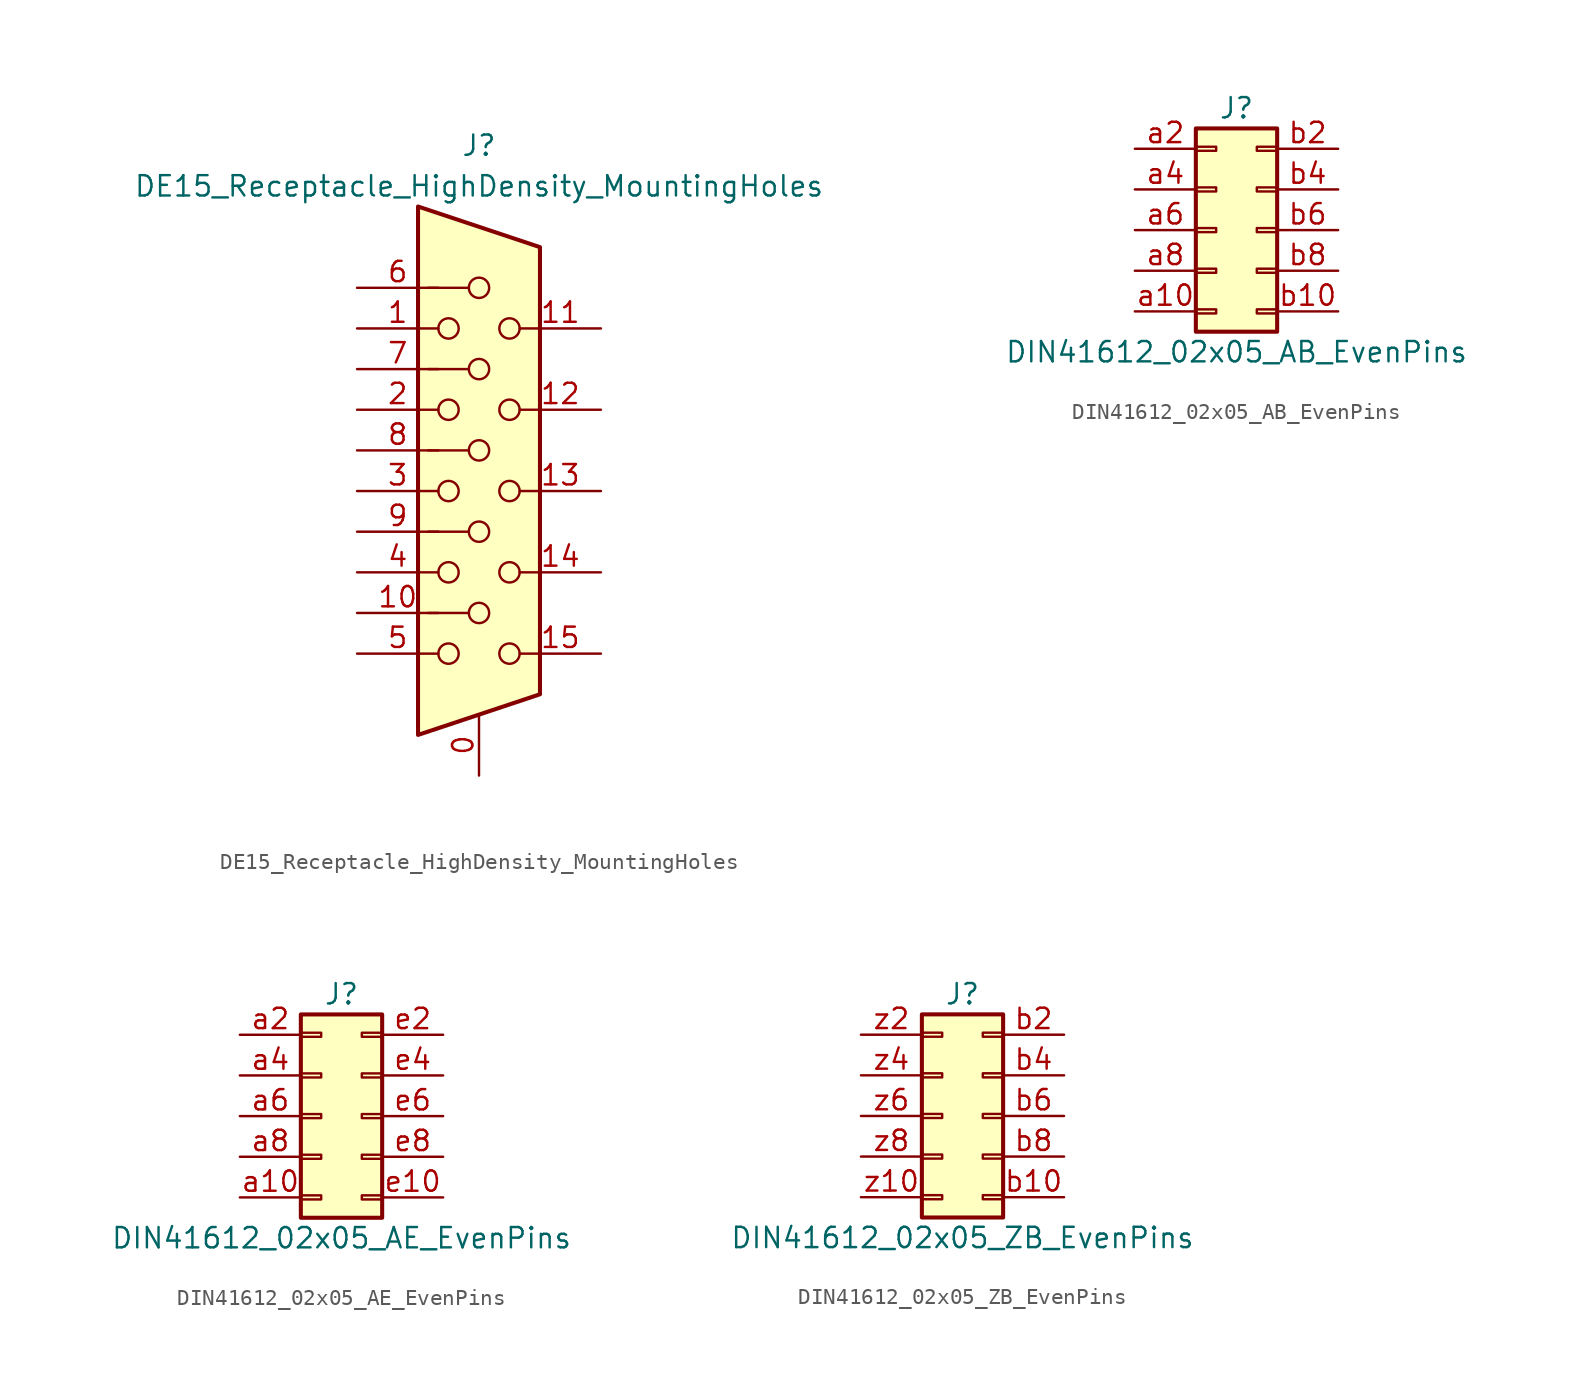
<source format=kicad_sym>
(kicad_symbol_lib
  (version 20220914)
  (generator kicad_symbol_editor)
  (symbol "DE15_Receptacle_HighDensity_MountingHoles"
    (pin_names
      (offset 1.016) hide)
    (property "Reference" "J"
      (at 0 21.59 0)
      (effects (font (size 1.27 1.27))))
    (property "Value" "DE15_Receptacle_HighDensity_MountingHoles"
      (at 0 19.05 0)
      (effects (font (size 1.27 1.27))))
    (symbol "DE15_Receptacle_HighDensity_MountingHoles_0_1"
      (circle (center -1.905 -10.16) (radius 0.635) (stroke (width 0) (type default)) (fill (type none)))
      (circle (center -1.905 -5.08) (radius 0.635) (stroke (width 0) (type default)) (fill (type none)))
      (circle (center -1.905 0) (radius 0.635) (stroke (width 0) (type default)) (fill (type none)))
      (circle (center -1.905 5.08) (radius 0.635) (stroke (width 0) (type default)) (fill (type none)))
      (circle (center -1.905 10.16) (radius 0.635) (stroke (width 0) (type default)) (fill (type none)))
      (circle (center 0 -7.62) (radius 0.635) (stroke (width 0) (type default)) (fill (type none)))
      (circle (center 0 -2.54) (radius 0.635) (stroke (width 0) (type default)) (fill (type none)))
      (polyline (pts (xy -3.175 7.62) (xy -0.635 7.62)) (stroke (width 0) (type default)) (fill (type none)))
      (polyline (pts (xy -0.635 -7.62) (xy -3.175 -7.62)) (stroke (width 0) (type default)) (fill (type none)))
      (polyline (pts (xy -0.635 -2.54) (xy -3.175 -2.54)) (stroke (width 0) (type default)) (fill (type none)))
      (polyline (pts (xy -0.635 2.54) (xy -3.175 2.54)) (stroke (width 0) (type default)) (fill (type none)))
      (polyline (pts (xy -0.635 12.7) (xy -3.175 12.7)) (stroke (width 0) (type default)) (fill (type none)))
      (polyline (pts (xy -3.81 17.78) (xy -3.81 -15.24) (xy 3.81 -12.7) (xy 3.81 15.24) (xy -3.81 17.78)) (stroke (width 0.254) (type default)) (fill (type background)))
      (circle (center 0 2.54) (radius 0.635) (stroke (width 0) (type default)) (fill (type none)))
      (circle (center 0 7.62) (radius 0.635) (stroke (width 0) (type default)) (fill (type none)))
      (circle (center 0 12.7) (radius 0.635) (stroke (width 0) (type default)) (fill (type none)))
      (circle (center 1.905 -10.16) (radius 0.635) (stroke (width 0) (type default)) (fill (type none)))
      (circle (center 1.905 -5.08) (radius 0.635) (stroke (width 0) (type default)) (fill (type none)))
      (circle (center 1.905 0) (radius 0.635) (stroke (width 0) (type default)) (fill (type none)))
      (circle (center 1.905 5.08) (radius 0.635) (stroke (width 0) (type default)) (fill (type none)))
      (circle (center 1.905 10.16) (radius 0.635) (stroke (width 0) (type default)) (fill (type none))))
    (symbol "DE15_Receptacle_HighDensity_MountingHoles_1_1"
      (pin passive line (at 0 -17.78 90) (length 3.81) (name "~" (effects (font (size 1.27 1.27)))) (number "0" (effects (font (size 1.27 1.27)))))
      (pin passive line (at -7.62 10.16 0) (length 5.08) (name "~" (effects (font (size 1.27 1.27)))) (number "1" (effects (font (size 1.27 1.27)))))
      (pin passive line (at -7.62 -7.62 0) (length 5.08) (name "~" (effects (font (size 1.27 1.27)))) (number "10" (effects (font (size 1.27 1.27)))))
      (pin passive line (at 7.62 10.16 180) (length 5.08) (name "~" (effects (font (size 1.27 1.27)))) (number "11" (effects (font (size 1.27 1.27)))))
      (pin passive line (at 7.62 5.08 180) (length 5.08) (name "~" (effects (font (size 1.27 1.27)))) (number "12" (effects (font (size 1.27 1.27)))))
      (pin passive line (at 7.62 0 180) (length 5.08) (name "~" (effects (font (size 1.27 1.27)))) (number "13" (effects (font (size 1.27 1.27)))))
      (pin passive line (at 7.62 -5.08 180) (length 5.08) (name "~" (effects (font (size 1.27 1.27)))) (number "14" (effects (font (size 1.27 1.27)))))
      (pin passive line (at 7.62 -10.16 180) (length 5.08) (name "~" (effects (font (size 1.27 1.27)))) (number "15" (effects (font (size 1.27 1.27)))))
      (pin passive line (at -7.62 5.08 0) (length 5.08) (name "~" (effects (font (size 1.27 1.27)))) (number "2" (effects (font (size 1.27 1.27)))))
      (pin passive line (at -7.62 0 0) (length 5.08) (name "~" (effects (font (size 1.27 1.27)))) (number "3" (effects (font (size 1.27 1.27)))))
      (pin passive line (at -7.62 -5.08 0) (length 5.08) (name "~" (effects (font (size 1.27 1.27)))) (number "4" (effects (font (size 1.27 1.27)))))
      (pin passive line (at -7.62 -10.16 0) (length 5.08) (name "~" (effects (font (size 1.27 1.27)))) (number "5" (effects (font (size 1.27 1.27)))))
      (pin passive line (at -7.62 12.7 0) (length 5.08) (name "~" (effects (font (size 1.27 1.27)))) (number "6" (effects (font (size 1.27 1.27)))))
      (pin passive line (at -7.62 7.62 0) (length 5.08) (name "~" (effects (font (size 1.27 1.27)))) (number "7" (effects (font (size 1.27 1.27)))))
      (pin passive line (at -7.62 2.54 0) (length 5.08) (name "~" (effects (font (size 1.27 1.27)))) (number "8" (effects (font (size 1.27 1.27)))))
      (pin passive line (at -7.62 -2.54 0) (length 5.08) (name "~" (effects (font (size 1.27 1.27)))) (number "9" (effects (font (size 1.27 1.27)))))))
  (symbol "DIN41612_02x05_AB_EvenPins"
    (pin_names
      (offset 1.016) hide)
    (property "Reference" "J"
      (at 1.27 7.62 0)
      (effects (font (size 1.27 1.27))))
    (property "Value" "DIN41612_02x05_AB_EvenPins"
      (at 1.27 -7.62 0)
      (effects (font (size 1.27 1.27))))
    (symbol "DIN41612_02x05_AB_EvenPins_1_1"
      (rectangle (start -1.27 -4.953) (end 0 -5.207) (stroke (width 0.152) (type default)) (fill (type none)))
      (rectangle (start -1.27 -2.413) (end 0 -2.667) (stroke (width 0.152) (type default)) (fill (type none)))
      (rectangle (start -1.27 0.127) (end 0 -0.127) (stroke (width 0.152) (type default)) (fill (type none)))
      (rectangle (start -1.27 2.667) (end 0 2.413) (stroke (width 0.152) (type default)) (fill (type none)))
      (rectangle (start -1.27 5.207) (end 0 4.953) (stroke (width 0.152) (type default)) (fill (type none)))
      (rectangle (start -1.27 6.35) (end 3.81 -6.35) (stroke (width 0.254) (type default)) (fill (type background)))
      (rectangle (start 3.81 -4.953) (end 2.54 -5.207) (stroke (width 0.152) (type default)) (fill (type none)))
      (rectangle (start 3.81 -2.413) (end 2.54 -2.667) (stroke (width 0.152) (type default)) (fill (type none)))
      (rectangle (start 3.81 0.127) (end 2.54 -0.127) (stroke (width 0.152) (type default)) (fill (type none)))
      (rectangle (start 3.81 2.667) (end 2.54 2.413) (stroke (width 0.152) (type default)) (fill (type none)))
      (rectangle (start 3.81 5.207) (end 2.54 4.953) (stroke (width 0.152) (type default)) (fill (type none)))
      (pin passive line (at -5.08 -5.08 0) (length 3.81) (name "Pin_a10" (effects (font (size 1.27 1.27)))) (number "a10" (effects (font (size 1.27 1.27)))))
      (pin passive line (at -5.08 5.08 0) (length 3.81) (name "Pin_a2" (effects (font (size 1.27 1.27)))) (number "a2" (effects (font (size 1.27 1.27)))))
      (pin passive line (at -5.08 2.54 0) (length 3.81) (name "Pin_a4" (effects (font (size 1.27 1.27)))) (number "a4" (effects (font (size 1.27 1.27)))))
      (pin passive line (at -5.08 0 0) (length 3.81) (name "Pin_a6" (effects (font (size 1.27 1.27)))) (number "a6" (effects (font (size 1.27 1.27)))))
      (pin passive line (at -5.08 -2.54 0) (length 3.81) (name "Pin_a8" (effects (font (size 1.27 1.27)))) (number "a8" (effects (font (size 1.27 1.27)))))
      (pin passive line (at 7.62 -5.08 180) (length 3.81) (name "Pin_b10" (effects (font (size 1.27 1.27)))) (number "b10" (effects (font (size 1.27 1.27)))))
      (pin passive line (at 7.62 5.08 180) (length 3.81) (name "Pin_b2" (effects (font (size 1.27 1.27)))) (number "b2" (effects (font (size 1.27 1.27)))))
      (pin passive line (at 7.62 2.54 180) (length 3.81) (name "Pin_b4" (effects (font (size 1.27 1.27)))) (number "b4" (effects (font (size 1.27 1.27)))))
      (pin passive line (at 7.62 0 180) (length 3.81) (name "Pin_b6" (effects (font (size 1.27 1.27)))) (number "b6" (effects (font (size 1.27 1.27)))))
      (pin passive line (at 7.62 -2.54 180) (length 3.81) (name "Pin_b8" (effects (font (size 1.27 1.27)))) (number "b8" (effects (font (size 1.27 1.27)))))))
  (symbol "DIN41612_02x05_AE_EvenPins"
    (pin_names
      (offset 1.016) hide)
    (property "Reference" "J"
      (at 1.27 7.62 0)
      (effects (font (size 1.27 1.27))))
    (property "Value" "DIN41612_02x05_AE_EvenPins"
      (at 1.27 -7.62 0)
      (effects (font (size 1.27 1.27))))
    (symbol "DIN41612_02x05_AE_EvenPins_1_1"
      (rectangle (start -1.27 -4.953) (end 0 -5.207) (stroke (width 0.152) (type default)) (fill (type none)))
      (rectangle (start -1.27 -2.413) (end 0 -2.667) (stroke (width 0.152) (type default)) (fill (type none)))
      (rectangle (start -1.27 0.127) (end 0 -0.127) (stroke (width 0.152) (type default)) (fill (type none)))
      (rectangle (start -1.27 2.667) (end 0 2.413) (stroke (width 0.152) (type default)) (fill (type none)))
      (rectangle (start -1.27 5.207) (end 0 4.953) (stroke (width 0.152) (type default)) (fill (type none)))
      (rectangle (start -1.27 6.35) (end 3.81 -6.35) (stroke (width 0.254) (type default)) (fill (type background)))
      (rectangle (start 3.81 -4.953) (end 2.54 -5.207) (stroke (width 0.152) (type default)) (fill (type none)))
      (rectangle (start 3.81 -2.413) (end 2.54 -2.667) (stroke (width 0.152) (type default)) (fill (type none)))
      (rectangle (start 3.81 0.127) (end 2.54 -0.127) (stroke (width 0.152) (type default)) (fill (type none)))
      (rectangle (start 3.81 2.667) (end 2.54 2.413) (stroke (width 0.152) (type default)) (fill (type none)))
      (rectangle (start 3.81 5.207) (end 2.54 4.953) (stroke (width 0.152) (type default)) (fill (type none)))
      (pin passive line (at -5.08 -5.08 0) (length 3.81) (name "Pin_a10" (effects (font (size 1.27 1.27)))) (number "a10" (effects (font (size 1.27 1.27)))))
      (pin passive line (at -5.08 5.08 0) (length 3.81) (name "Pin_a2" (effects (font (size 1.27 1.27)))) (number "a2" (effects (font (size 1.27 1.27)))))
      (pin passive line (at -5.08 2.54 0) (length 3.81) (name "Pin_a4" (effects (font (size 1.27 1.27)))) (number "a4" (effects (font (size 1.27 1.27)))))
      (pin passive line (at -5.08 0 0) (length 3.81) (name "Pin_a6" (effects (font (size 1.27 1.27)))) (number "a6" (effects (font (size 1.27 1.27)))))
      (pin passive line (at -5.08 -2.54 0) (length 3.81) (name "Pin_a8" (effects (font (size 1.27 1.27)))) (number "a8" (effects (font (size 1.27 1.27)))))
      (pin passive line (at 7.62 -5.08 180) (length 3.81) (name "Pin_e10" (effects (font (size 1.27 1.27)))) (number "e10" (effects (font (size 1.27 1.27)))))
      (pin passive line (at 7.62 5.08 180) (length 3.81) (name "Pin_e2" (effects (font (size 1.27 1.27)))) (number "e2" (effects (font (size 1.27 1.27)))))
      (pin passive line (at 7.62 2.54 180) (length 3.81) (name "Pin_e4" (effects (font (size 1.27 1.27)))) (number "e4" (effects (font (size 1.27 1.27)))))
      (pin passive line (at 7.62 0 180) (length 3.81) (name "Pin_e6" (effects (font (size 1.27 1.27)))) (number "e6" (effects (font (size 1.27 1.27)))))
      (pin passive line (at 7.62 -2.54 180) (length 3.81) (name "Pin_e8" (effects (font (size 1.27 1.27)))) (number "e8" (effects (font (size 1.27 1.27)))))))
  (symbol "DIN41612_02x05_ZB_EvenPins"
    (pin_names
      (offset 1.016) hide)
    (property "Reference" "J"
      (at 1.27 7.62 0)
      (effects (font (size 1.27 1.27))))
    (property "Value" "DIN41612_02x05_ZB_EvenPins"
      (at 1.27 -7.62 0)
      (effects (font (size 1.27 1.27))))
    (symbol "DIN41612_02x05_ZB_EvenPins_1_1"
      (rectangle (start -1.27 -4.953) (end 0 -5.207) (stroke (width 0.152) (type default)) (fill (type none)))
      (rectangle (start -1.27 -2.413) (end 0 -2.667) (stroke (width 0.152) (type default)) (fill (type none)))
      (rectangle (start -1.27 0.127) (end 0 -0.127) (stroke (width 0.152) (type default)) (fill (type none)))
      (rectangle (start -1.27 2.667) (end 0 2.413) (stroke (width 0.152) (type default)) (fill (type none)))
      (rectangle (start -1.27 5.207) (end 0 4.953) (stroke (width 0.152) (type default)) (fill (type none)))
      (rectangle (start -1.27 6.35) (end 3.81 -6.35) (stroke (width 0.254) (type default)) (fill (type background)))
      (rectangle (start 3.81 -4.953) (end 2.54 -5.207) (stroke (width 0.152) (type default)) (fill (type none)))
      (rectangle (start 3.81 -2.413) (end 2.54 -2.667) (stroke (width 0.152) (type default)) (fill (type none)))
      (rectangle (start 3.81 0.127) (end 2.54 -0.127) (stroke (width 0.152) (type default)) (fill (type none)))
      (rectangle (start 3.81 2.667) (end 2.54 2.413) (stroke (width 0.152) (type default)) (fill (type none)))
      (rectangle (start 3.81 5.207) (end 2.54 4.953) (stroke (width 0.152) (type default)) (fill (type none)))
      (pin passive line (at 7.62 -5.08 180) (length 3.81) (name "Pin_b10" (effects (font (size 1.27 1.27)))) (number "b10" (effects (font (size 1.27 1.27)))))
      (pin passive line (at 7.62 5.08 180) (length 3.81) (name "Pin_b2" (effects (font (size 1.27 1.27)))) (number "b2" (effects (font (size 1.27 1.27)))))
      (pin passive line (at 7.62 2.54 180) (length 3.81) (name "Pin_b4" (effects (font (size 1.27 1.27)))) (number "b4" (effects (font (size 1.27 1.27)))))
      (pin passive line (at 7.62 0 180) (length 3.81) (name "Pin_b6" (effects (font (size 1.27 1.27)))) (number "b6" (effects (font (size 1.27 1.27)))))
      (pin passive line (at 7.62 -2.54 180) (length 3.81) (name "Pin_b8" (effects (font (size 1.27 1.27)))) (number "b8" (effects (font (size 1.27 1.27)))))
      (pin passive line (at -5.08 -5.08 0) (length 3.81) (name "Pin_z10" (effects (font (size 1.27 1.27)))) (number "z10" (effects (font (size 1.27 1.27)))))
      (pin passive line (at -5.08 5.08 0) (length 3.81) (name "Pin_z2" (effects (font (size 1.27 1.27)))) (number "z2" (effects (font (size 1.27 1.27)))))
      (pin passive line (at -5.08 2.54 0) (length 3.81) (name "Pin_z4" (effects (font (size 1.27 1.27)))) (number "z4" (effects (font (size 1.27 1.27)))))
      (pin passive line (at -5.08 0 0) (length 3.81) (name "Pin_z6" (effects (font (size 1.27 1.27)))) (number "z6" (effects (font (size 1.27 1.27)))))
      (pin passive line (at -5.08 -2.54 0) (length 3.81) (name "Pin_z8" (effects (font (size 1.27 1.27)))) (number "z8" (effects (font (size 1.27 1.27))))))))
</source>
